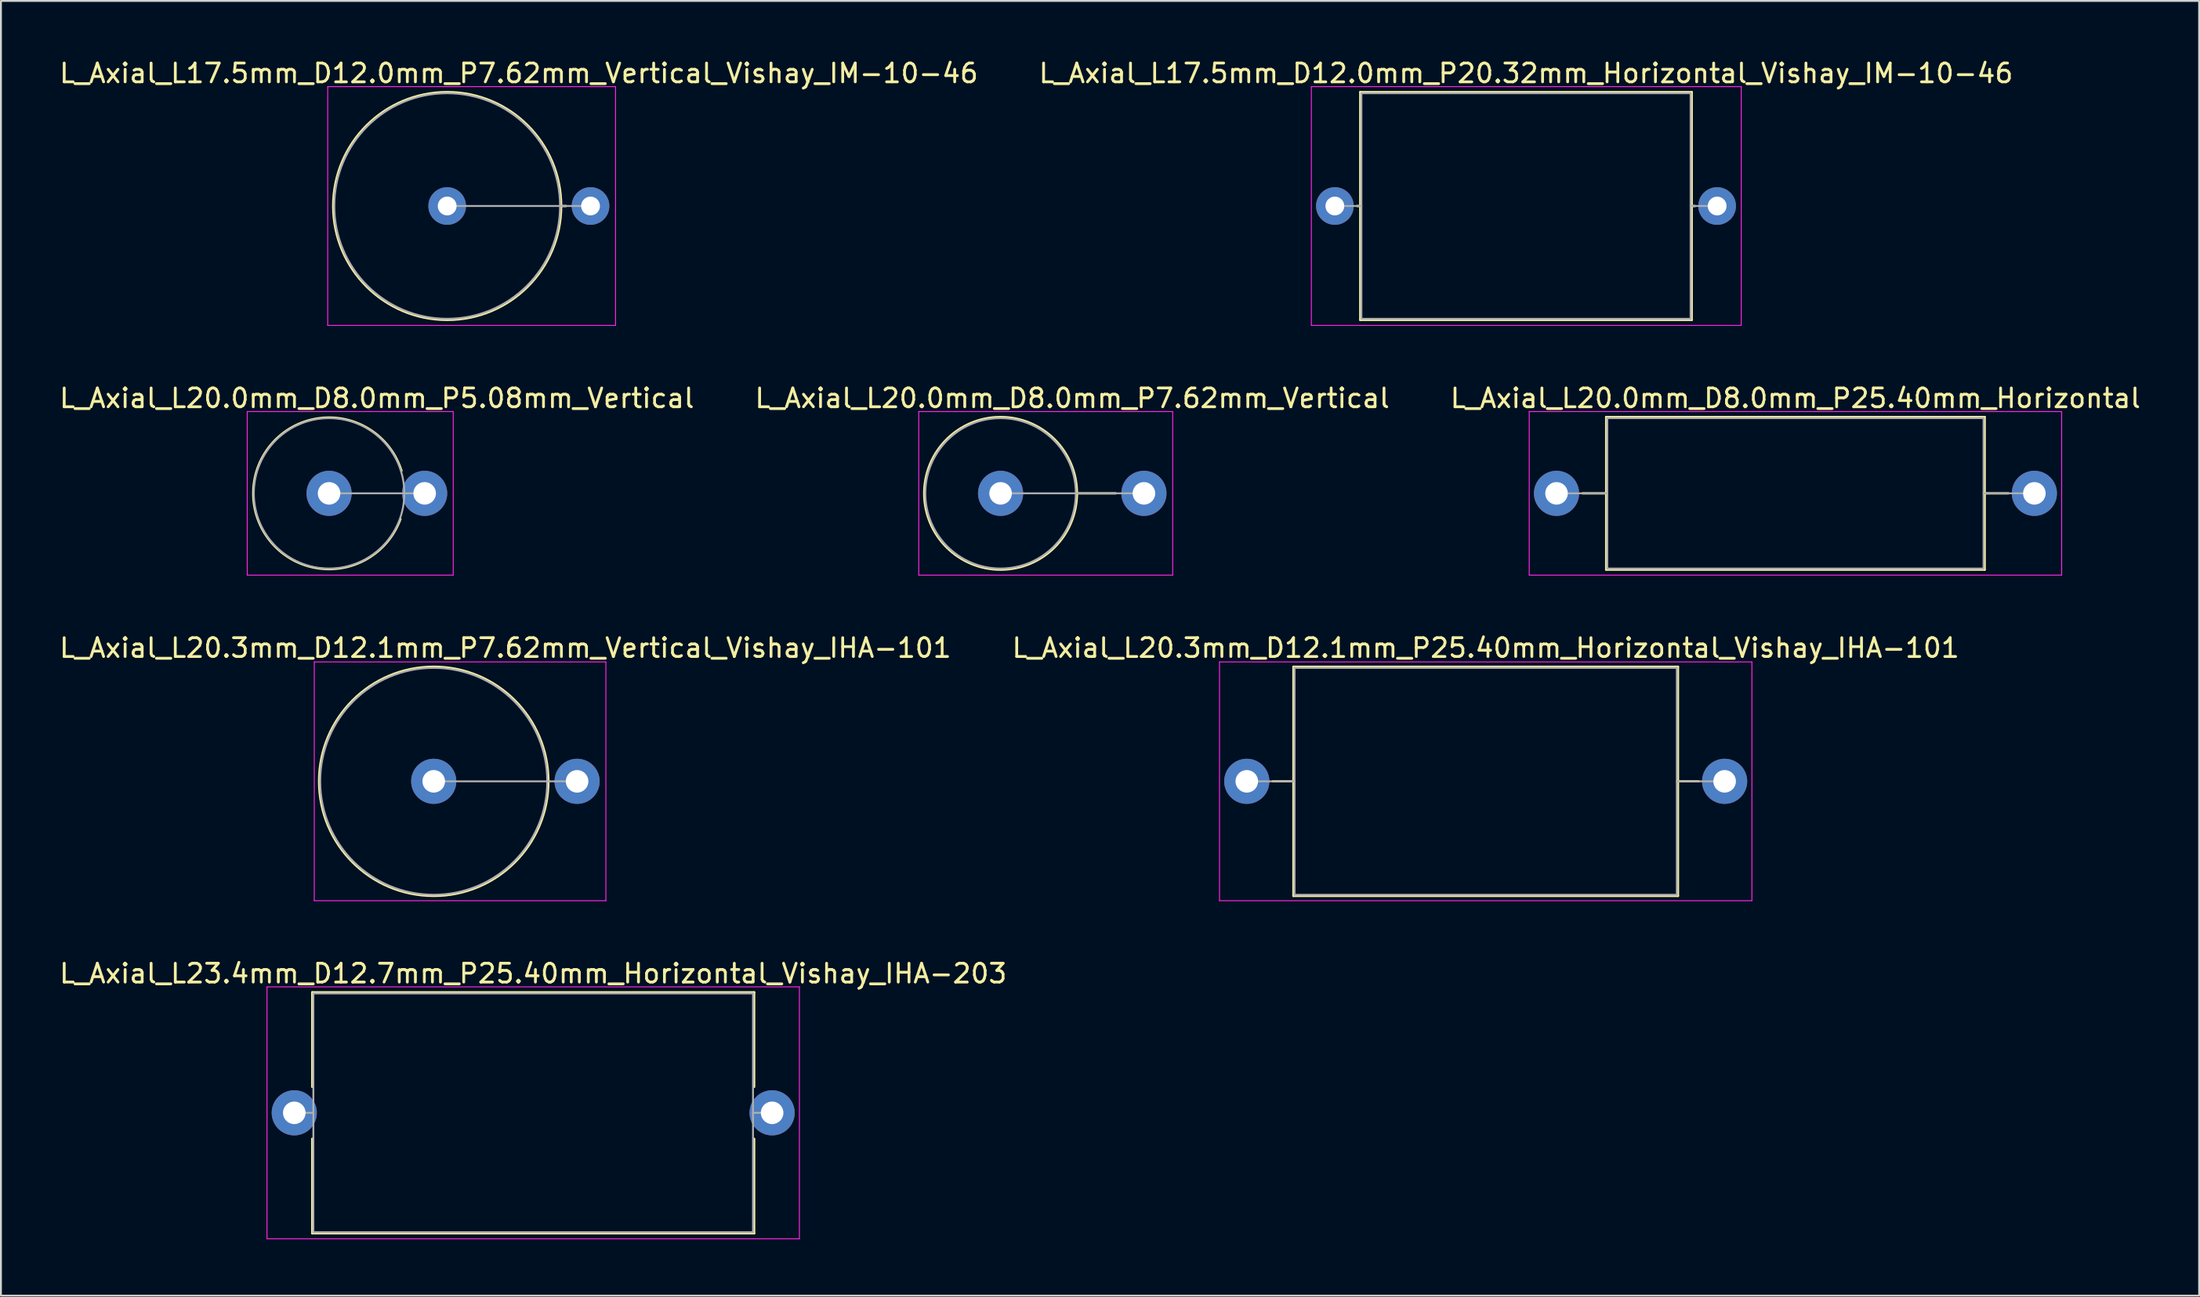
<source format=kicad_pcb>
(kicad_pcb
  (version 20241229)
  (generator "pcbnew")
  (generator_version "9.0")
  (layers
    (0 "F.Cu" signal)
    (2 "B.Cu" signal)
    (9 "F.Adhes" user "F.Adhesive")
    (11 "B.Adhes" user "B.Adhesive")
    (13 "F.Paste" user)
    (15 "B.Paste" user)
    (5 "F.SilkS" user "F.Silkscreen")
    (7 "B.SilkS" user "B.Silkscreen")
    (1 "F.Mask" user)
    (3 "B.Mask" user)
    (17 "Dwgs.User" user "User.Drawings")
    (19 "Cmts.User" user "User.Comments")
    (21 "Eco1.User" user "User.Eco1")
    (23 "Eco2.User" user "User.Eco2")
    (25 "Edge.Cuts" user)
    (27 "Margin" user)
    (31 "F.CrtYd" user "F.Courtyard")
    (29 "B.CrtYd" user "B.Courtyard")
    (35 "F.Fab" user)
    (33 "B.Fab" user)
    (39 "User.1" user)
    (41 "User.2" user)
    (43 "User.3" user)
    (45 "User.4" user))
  (footprint "L_Axial_L23.4mm_D12.7mm_P25.40mm_Horizontal_Vishay_IHA-203"
    (layer "F.Cu")
    (at 12.592 56.143)
    (property "Reference" "L_Axial_L23.4mm_D12.7mm_P25.40mm_Horizontal_Vishay_IHA-203" (at 12.7 -7.41 0) (layer "F.SilkS") (effects (font (size 1 1) (thickness 0.15))))
    (attr through_hole)
    (fp_line (start 0.955 -6.41) (end 24.445 -6.41) (stroke (width 0.12) (type solid)) (layer "F.SilkS"))
    (fp_line (start 0.955 -1.38) (end 0.955 -6.41) (stroke (width 0.12) (type solid)) (layer "F.SilkS"))
    (fp_line (start 0.955 1.38) (end 0.955 6.41) (stroke (width 0.12) (type solid)) (layer "F.SilkS"))
    (fp_line (start 0.955 6.41) (end 24.445 6.41) (stroke (width 0.12) (type solid)) (layer "F.SilkS"))
    (fp_line (start 24.445 -6.41) (end 24.445 -1.38) (stroke (width 0.12) (type solid)) (layer "F.SilkS"))
    (fp_line (start 24.445 6.41) (end 24.445 1.38) (stroke (width 0.12) (type solid)) (layer "F.SilkS"))
    (fp_line (start -1.45 -6.7) (end -1.45 6.7) (stroke (width 0.05) (type solid)) (layer "F.CrtYd"))
    (fp_line (start -1.45 6.7) (end 26.85 6.7) (stroke (width 0.05) (type solid)) (layer "F.CrtYd"))
    (fp_line (start 26.85 -6.7) (end -1.45 -6.7) (stroke (width 0.05) (type solid)) (layer "F.CrtYd"))
    (fp_line (start 26.85 6.7) (end 26.85 -6.7) (stroke (width 0.05) (type solid)) (layer "F.CrtYd"))
    (fp_line (start 0 0) (end 1.015 0) (stroke (width 0.1) (type solid)) (layer "F.Fab"))
    (fp_line (start 1.015 -6.35) (end 1.015 6.35) (stroke (width 0.1) (type solid)) (layer "F.Fab"))
    (fp_line (start 1.015 6.35) (end 24.385 6.35) (stroke (width 0.1) (type solid)) (layer "F.Fab"))
    (fp_line (start 24.385 -6.35) (end 1.015 -6.35) (stroke (width 0.1) (type solid)) (layer "F.Fab"))
    (fp_line (start 24.385 6.35) (end 24.385 -6.35) (stroke (width 0.1) (type solid)) (layer "F.Fab"))
    (fp_line (start 25.4 0) (end 24.385 0) (stroke (width 0.1) (type solid)) (layer "F.Fab"))
    (pad "1" thru_hole circle (at 0 0) (size 2.4 2.4) (drill 1.2) (layers "*.Cu" "*.Mask"))
    (pad "2" thru_hole oval (at 25.4 0) (size 2.4 2.4) (drill 1.2) (layers "*.Cu" "*.Mask")))
  (footprint "L_Axial_L20.3mm_D12.1mm_P7.62mm_Vertical_Vishay_IHA-101"
    (layer "F.Cu")
    (at 20.005 38.51)
    (property "Reference" "L_Axial_L20.3mm_D12.1mm_P7.62mm_Vertical_Vishay_IHA-101" (at 3.81 -7.095 0) (layer "F.SilkS") (effects (font (size 1 1) (thickness 0.15))))
    (attr through_hole)
    (fp_line (start 6.095 0) (end 6.12 0) (stroke (width 0.12) (type solid)) (layer "F.SilkS"))
    (fp_circle (center 0 0) (end 6.095 0) (stroke (width 0.12) (type solid)) (fill no) (layer "F.SilkS"))
    (fp_line (start -6.35 -6.35) (end -6.35 6.35) (stroke (width 0.05) (type solid)) (layer "F.CrtYd"))
    (fp_line (start -6.35 6.35) (end 9.15 6.35) (stroke (width 0.05) (type solid)) (layer "F.CrtYd"))
    (fp_line (start 9.15 -6.35) (end -6.35 -6.35) (stroke (width 0.05) (type solid)) (layer "F.CrtYd"))
    (fp_line (start 9.15 6.35) (end 9.15 -6.35) (stroke (width 0.05) (type solid)) (layer "F.CrtYd"))
    (fp_line (start 0 0) (end 7.62 0) (stroke (width 0.1) (type solid)) (layer "F.Fab"))
    (fp_circle (center 0 0) (end 6.035 0) (stroke (width 0.1) (type solid)) (fill no) (layer "F.Fab"))
    (pad "1" thru_hole circle (at 0 0) (size 2.4 2.4) (drill 1.2) (layers "*.Cu" "*.Mask"))
    (pad "2" thru_hole oval (at 7.62 0) (size 2.4 2.4) (drill 1.2) (layers "*.Cu" "*.Mask")))
  (footprint "L_Axial_L20.0mm_D8.0mm_P7.62mm_Vertical"
    (layer "F.Cu")
    (at 50.136 23.192)
    (property "Reference" "L_Axial_L20.0mm_D8.0mm_P7.62mm_Vertical" (at 3.81 -5.06 0) (layer "F.SilkS") (effects (font (size 1 1) (thickness 0.15))))
    (attr through_hole)
    (fp_line (start 4.06 0) (end 6.12 0) (stroke (width 0.12) (type solid)) (layer "F.SilkS"))
    (fp_circle (center 0 0) (end 4.06 0) (stroke (width 0.12) (type solid)) (fill no) (layer "F.SilkS"))
    (fp_line (start -4.35 -4.35) (end -4.35 4.35) (stroke (width 0.05) (type solid)) (layer "F.CrtYd"))
    (fp_line (start -4.35 4.35) (end 9.15 4.35) (stroke (width 0.05) (type solid)) (layer "F.CrtYd"))
    (fp_line (start 9.15 -4.35) (end -4.35 -4.35) (stroke (width 0.05) (type solid)) (layer "F.CrtYd"))
    (fp_line (start 9.15 4.35) (end 9.15 -4.35) (stroke (width 0.05) (type solid)) (layer "F.CrtYd"))
    (fp_line (start 0 0) (end 7.62 0) (stroke (width 0.1) (type solid)) (layer "F.Fab"))
    (fp_circle (center 0 0) (end 4 0) (stroke (width 0.1) (type solid)) (fill no) (layer "F.Fab"))
    (pad "1" thru_hole circle (at 0 0) (size 2.4 2.4) (drill 1.2) (layers "*.Cu" "*.Mask"))
    (pad "2" thru_hole oval (at 7.62 0) (size 2.4 2.4) (drill 1.2) (layers "*.Cu" "*.Mask")))
  (footprint "L_Axial_L20.0mm_D8.0mm_P5.08mm_Vertical"
    (layer "F.Cu")
    (at 14.442 23.192)
    (property "Reference" "L_Axial_L20.0mm_D8.0mm_P5.08mm_Vertical" (at 2.54 -5.06 0) (layer "F.SilkS") (effects (font (size 1 1) (thickness 0.15))))
    (attr through_hole)
    (fp_arc (start 3.794237 1.365015) (mid -4.031368 -0.087029) (end 3.84961 -1.2) (stroke (width 0.12) (type solid)) (layer "F.SilkS"))
    (fp_line (start -4.35 -4.35) (end -4.35 4.35) (stroke (width 0.05) (type solid)) (layer "F.CrtYd"))
    (fp_line (start -4.35 4.35) (end 6.6 4.35) (stroke (width 0.05) (type solid)) (layer "F.CrtYd"))
    (fp_line (start 6.6 -4.35) (end -4.35 -4.35) (stroke (width 0.05) (type solid)) (layer "F.CrtYd"))
    (fp_line (start 6.6 4.35) (end 6.6 -4.35) (stroke (width 0.05) (type solid)) (layer "F.CrtYd"))
    (fp_line (start 0 0) (end 5.08 0) (stroke (width 0.1) (type solid)) (layer "F.Fab"))
    (fp_circle (center 0 0) (end 4 0) (stroke (width 0.1) (type solid)) (fill no) (layer "F.Fab"))
    (pad "1" thru_hole circle (at 0 0) (size 2.4 2.4) (drill 1.2) (layers "*.Cu" "*.Mask"))
    (pad "2" thru_hole oval (at 5.08 0) (size 2.4 2.4) (drill 1.2) (layers "*.Cu" "*.Mask")))
  (footprint "L_Axial_L20.0mm_D8.0mm_P25.40mm_Horizontal"
    (layer "F.Cu")
    (at 79.687 23.192)
    (property "Reference" "L_Axial_L20.0mm_D8.0mm_P25.40mm_Horizontal" (at 12.7 -5.06 0) (layer "F.SilkS") (effects (font (size 1 1) (thickness 0.15))))
    (attr through_hole)
    (fp_line (start 1.38 0) (end 2.64 0) (stroke (width 0.12) (type solid)) (layer "F.SilkS"))
    (fp_line (start 2.64 -4.06) (end 2.64 4.06) (stroke (width 0.12) (type solid)) (layer "F.SilkS"))
    (fp_line (start 2.64 4.06) (end 22.76 4.06) (stroke (width 0.12) (type solid)) (layer "F.SilkS"))
    (fp_line (start 22.76 -4.06) (end 2.64 -4.06) (stroke (width 0.12) (type solid)) (layer "F.SilkS"))
    (fp_line (start 22.76 4.06) (end 22.76 -4.06) (stroke (width 0.12) (type solid)) (layer "F.SilkS"))
    (fp_line (start 24.02 0) (end 22.76 0) (stroke (width 0.12) (type solid)) (layer "F.SilkS"))
    (fp_line (start -1.45 -4.35) (end -1.45 4.35) (stroke (width 0.05) (type solid)) (layer "F.CrtYd"))
    (fp_line (start -1.45 4.35) (end 26.85 4.35) (stroke (width 0.05) (type solid)) (layer "F.CrtYd"))
    (fp_line (start 26.85 -4.35) (end -1.45 -4.35) (stroke (width 0.05) (type solid)) (layer "F.CrtYd"))
    (fp_line (start 26.85 4.35) (end 26.85 -4.35) (stroke (width 0.05) (type solid)) (layer "F.CrtYd"))
    (fp_line (start 0 0) (end 2.7 0) (stroke (width 0.1) (type solid)) (layer "F.Fab"))
    (fp_line (start 2.7 -4) (end 2.7 4) (stroke (width 0.1) (type solid)) (layer "F.Fab"))
    (fp_line (start 2.7 4) (end 22.7 4) (stroke (width 0.1) (type solid)) (layer "F.Fab"))
    (fp_line (start 22.7 -4) (end 2.7 -4) (stroke (width 0.1) (type solid)) (layer "F.Fab"))
    (fp_line (start 22.7 4) (end 22.7 -4) (stroke (width 0.1) (type solid)) (layer "F.Fab"))
    (fp_line (start 25.4 0) (end 22.7 0) (stroke (width 0.1) (type solid)) (layer "F.Fab"))
    (pad "1" thru_hole circle (at 0 0) (size 2.4 2.4) (drill 1.2) (layers "*.Cu" "*.Mask"))
    (pad "2" thru_hole oval (at 25.4 0) (size 2.4 2.4) (drill 1.2) (layers "*.Cu" "*.Mask")))
  (footprint "L_Axial_L17.5mm_D12.0mm_P7.62mm_Vertical_Vishay_IM-10-46"
    (layer "F.Cu")
    (at 20.72 7.908)
    (property "Reference" "L_Axial_L17.5mm_D12.0mm_P7.62mm_Vertical_Vishay_IM-10-46" (at 3.81 -7.06 0) (layer "F.SilkS") (effects (font (size 1 1) (thickness 0.15))))
    (attr through_hole)
    (fp_line (start 6.06 0) (end 6.32 0) (stroke (width 0.12) (type solid)) (layer "F.SilkS"))
    (fp_circle (center 0 0) (end 6.06 0) (stroke (width 0.12) (type solid)) (fill no) (layer "F.SilkS"))
    (fp_line (start -6.35 -6.35) (end -6.35 6.35) (stroke (width 0.05) (type solid)) (layer "F.CrtYd"))
    (fp_line (start -6.35 6.35) (end 8.95 6.35) (stroke (width 0.05) (type solid)) (layer "F.CrtYd"))
    (fp_line (start 8.95 -6.35) (end -6.35 -6.35) (stroke (width 0.05) (type solid)) (layer "F.CrtYd"))
    (fp_line (start 8.95 6.35) (end 8.95 -6.35) (stroke (width 0.05) (type solid)) (layer "F.CrtYd"))
    (fp_line (start 0 0) (end 7.62 0) (stroke (width 0.1) (type solid)) (layer "F.Fab"))
    (fp_circle (center 0 0) (end 6 0) (stroke (width 0.1) (type solid)) (fill no) (layer "F.Fab"))
    (pad "1" thru_hole circle (at 0 0) (size 2 2) (drill 1) (layers "*.Cu" "*.Mask"))
    (pad "2" thru_hole oval (at 7.62 0) (size 2 2) (drill 1) (layers "*.Cu" "*.Mask")))
  (footprint "L_Axial_L17.5mm_D12.0mm_P20.32mm_Horizontal_Vishay_IM-10-46"
    (layer "F.Cu")
    (at 67.905 7.908)
    (property "Reference" "L_Axial_L17.5mm_D12.0mm_P20.32mm_Horizontal_Vishay_IM-10-46" (at 10.16 -7.06 0) (layer "F.SilkS") (effects (font (size 1 1) (thickness 0.15))))
    (attr through_hole)
    (fp_line (start 1.18 0) (end 1.35 0) (stroke (width 0.12) (type solid)) (layer "F.SilkS"))
    (fp_line (start 1.35 -6.06) (end 1.35 6.06) (stroke (width 0.12) (type solid)) (layer "F.SilkS"))
    (fp_line (start 1.35 6.06) (end 18.97 6.06) (stroke (width 0.12) (type solid)) (layer "F.SilkS"))
    (fp_line (start 18.97 -6.06) (end 1.35 -6.06) (stroke (width 0.12) (type solid)) (layer "F.SilkS"))
    (fp_line (start 18.97 6.06) (end 18.97 -6.06) (stroke (width 0.12) (type solid)) (layer "F.SilkS"))
    (fp_line (start 19.14 0) (end 18.97 0) (stroke (width 0.12) (type solid)) (layer "F.SilkS"))
    (fp_line (start -1.25 -6.35) (end -1.25 6.35) (stroke (width 0.05) (type solid)) (layer "F.CrtYd"))
    (fp_line (start -1.25 6.35) (end 21.6 6.35) (stroke (width 0.05) (type solid)) (layer "F.CrtYd"))
    (fp_line (start 21.6 -6.35) (end -1.25 -6.35) (stroke (width 0.05) (type solid)) (layer "F.CrtYd"))
    (fp_line (start 21.6 6.35) (end 21.6 -6.35) (stroke (width 0.05) (type solid)) (layer "F.CrtYd"))
    (fp_line (start 0 0) (end 1.41 0) (stroke (width 0.1) (type solid)) (layer "F.Fab"))
    (fp_line (start 1.41 -6) (end 1.41 6) (stroke (width 0.1) (type solid)) (layer "F.Fab"))
    (fp_line (start 1.41 6) (end 18.91 6) (stroke (width 0.1) (type solid)) (layer "F.Fab"))
    (fp_line (start 18.91 -6) (end 1.41 -6) (stroke (width 0.1) (type solid)) (layer "F.Fab"))
    (fp_line (start 18.91 6) (end 18.91 -6) (stroke (width 0.1) (type solid)) (layer "F.Fab"))
    (fp_line (start 20.32 0) (end 18.91 0) (stroke (width 0.1) (type solid)) (layer "F.Fab"))
    (pad "1" thru_hole circle (at 0 0) (size 2 2) (drill 1) (layers "*.Cu" "*.Mask"))
    (pad "2" thru_hole oval (at 20.32 0) (size 2 2) (drill 1) (layers "*.Cu" "*.Mask")))
  (footprint "L_Axial_L20.3mm_D12.1mm_P25.40mm_Horizontal_Vishay_IHA-101"
    (layer "F.Cu")
    (at 63.223 38.51)
    (property "Reference" "L_Axial_L20.3mm_D12.1mm_P25.40mm_Horizontal_Vishay_IHA-101" (at 12.7 -7.095 0) (layer "F.SilkS") (effects (font (size 1 1) (thickness 0.15))))
    (attr through_hole)
    (fp_line (start 1.38 0) (end 2.48 0) (stroke (width 0.12) (type solid)) (layer "F.SilkS"))
    (fp_line (start 2.48 -6.095) (end 2.48 6.095) (stroke (width 0.12) (type solid)) (layer "F.SilkS"))
    (fp_line (start 2.48 6.095) (end 22.92 6.095) (stroke (width 0.12) (type solid)) (layer "F.SilkS"))
    (fp_line (start 22.92 -6.095) (end 2.48 -6.095) (stroke (width 0.12) (type solid)) (layer "F.SilkS"))
    (fp_line (start 22.92 6.095) (end 22.92 -6.095) (stroke (width 0.12) (type solid)) (layer "F.SilkS"))
    (fp_line (start 24.02 0) (end 22.92 0) (stroke (width 0.12) (type solid)) (layer "F.SilkS"))
    (fp_line (start -1.45 -6.35) (end -1.45 6.35) (stroke (width 0.05) (type solid)) (layer "F.CrtYd"))
    (fp_line (start -1.45 6.35) (end 26.85 6.35) (stroke (width 0.05) (type solid)) (layer "F.CrtYd"))
    (fp_line (start 26.85 -6.35) (end -1.45 -6.35) (stroke (width 0.05) (type solid)) (layer "F.CrtYd"))
    (fp_line (start 26.85 6.35) (end 26.85 -6.35) (stroke (width 0.05) (type solid)) (layer "F.CrtYd"))
    (fp_line (start 0 0) (end 2.54 0) (stroke (width 0.1) (type solid)) (layer "F.Fab"))
    (fp_line (start 2.54 -6.035) (end 2.54 6.035) (stroke (width 0.1) (type solid)) (layer "F.Fab"))
    (fp_line (start 2.54 6.035) (end 22.86 6.035) (stroke (width 0.1) (type solid)) (layer "F.Fab"))
    (fp_line (start 22.86 -6.035) (end 2.54 -6.035) (stroke (width 0.1) (type solid)) (layer "F.Fab"))
    (fp_line (start 22.86 6.035) (end 22.86 -6.035) (stroke (width 0.1) (type solid)) (layer "F.Fab"))
    (fp_line (start 25.4 0) (end 22.86 0) (stroke (width 0.1) (type solid)) (layer "F.Fab"))
    (pad "1" thru_hole circle (at 0 0) (size 2.4 2.4) (drill 1.2) (layers "*.Cu" "*.Mask"))
    (pad "2" thru_hole oval (at 25.4 0) (size 2.4 2.4) (drill 1.2) (layers "*.Cu" "*.Mask")))
  (gr_rect
    (start -3 -3)
    (end 113.845 65.868)
    (stroke (width 0.1) (type default))
    (fill no)
    (layer "Edge.Cuts")))
</source>
